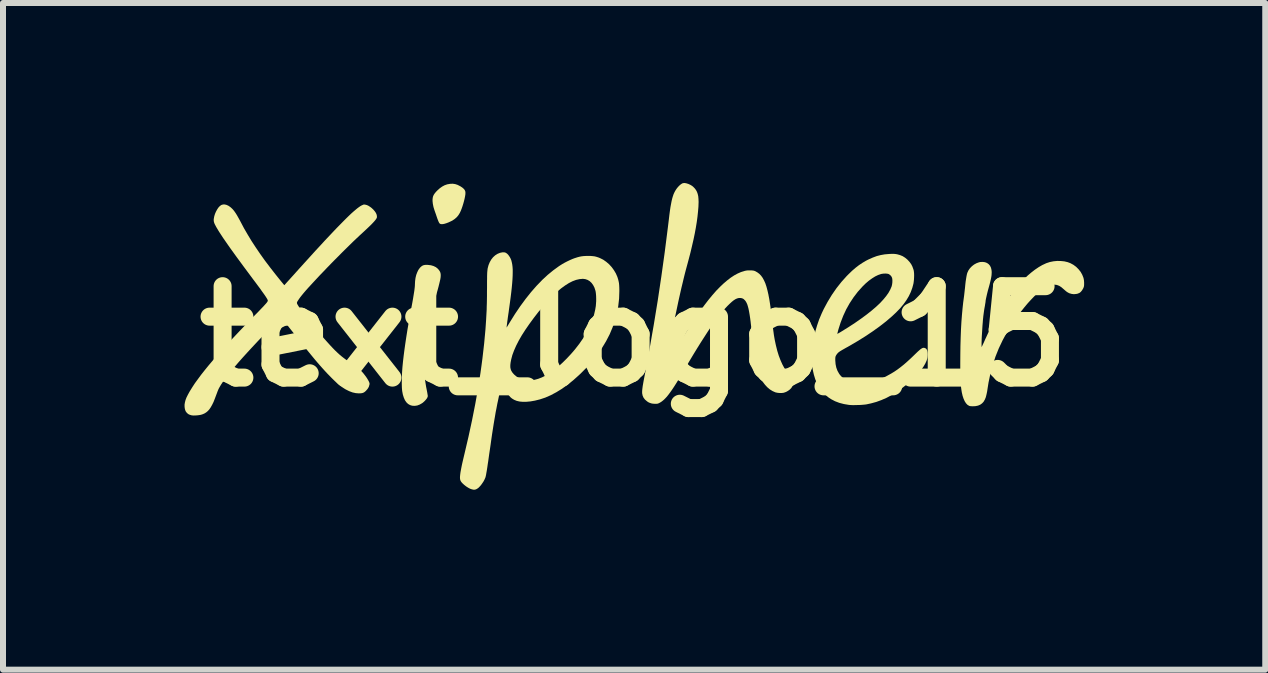
<source format=kicad_pcb>
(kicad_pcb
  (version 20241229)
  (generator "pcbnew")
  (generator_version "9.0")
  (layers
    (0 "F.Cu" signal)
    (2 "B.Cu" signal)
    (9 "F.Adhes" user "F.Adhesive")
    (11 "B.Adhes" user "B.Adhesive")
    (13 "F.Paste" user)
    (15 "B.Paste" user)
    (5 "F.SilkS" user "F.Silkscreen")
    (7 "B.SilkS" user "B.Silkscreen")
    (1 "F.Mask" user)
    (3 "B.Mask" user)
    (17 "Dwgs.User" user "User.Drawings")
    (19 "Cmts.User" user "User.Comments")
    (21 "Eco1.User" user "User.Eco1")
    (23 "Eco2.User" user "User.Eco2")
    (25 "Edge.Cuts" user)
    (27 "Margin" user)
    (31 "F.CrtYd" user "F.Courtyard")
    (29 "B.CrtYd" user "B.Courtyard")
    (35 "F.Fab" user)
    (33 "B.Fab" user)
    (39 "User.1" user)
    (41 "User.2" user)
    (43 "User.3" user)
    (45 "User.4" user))
  (footprint "text_logo_15"
    (layer "F.Cu")
    (at 7.518 2.554)
    (property "Reference" "text_logo_15" (at 0 0 0) (layer "F.SilkS") (effects (font (size 1.524 1.524) (thickness 0.3))))
    (attr board_only exclude_from_pos_files exclude_from_bom)
    (fp_poly (pts (xy -2.982 -2.536) (xy -2.942 -2.523) (xy -2.899 -2.501) (xy -2.895 -2.499) (xy -2.862 -2.477) (xy -2.838 -2.456) (xy -2.822 -2.435) (xy -2.813 -2.413) (xy -2.811 -2.393) (xy -2.812 -2.365) (xy -2.817 -2.332) (xy -2.825 -2.293) (xy -2.835 -2.252) (xy -2.847 -2.209) (xy -2.86 -2.167) (xy -2.874 -2.127) (xy -2.888 -2.091) (xy -2.902 -2.061) (xy -2.905 -2.055) (xy -2.929 -2.016) (xy -2.957 -1.983) (xy -2.989 -1.955) (xy -3.027 -1.929) (xy -3.053 -1.916) (xy -3.094 -1.897) (xy -3.131 -1.883) (xy -3.165 -1.873) (xy -3.194 -1.868) (xy -3.217 -1.868) (xy -3.234 -1.874) (xy -3.235 -1.875) (xy -3.243 -1.882) (xy -3.25 -1.892) (xy -3.258 -1.908) (xy -3.267 -1.93) (xy -3.278 -1.958) (xy -3.284 -1.976) (xy -3.294 -2.005) (xy -3.305 -2.038) (xy -3.317 -2.071) (xy -3.325 -2.094) (xy -3.343 -2.152) (xy -3.354 -2.205) (xy -3.359 -2.253) (xy -3.359 -2.28) (xy -3.356 -2.308) (xy -3.35 -2.332) (xy -3.34 -2.355) (xy -3.325 -2.378) (xy -3.304 -2.404) (xy -3.28 -2.429) (xy -3.239 -2.466) (xy -3.198 -2.495) (xy -3.157 -2.517) (xy -3.113 -2.532) (xy -3.067 -2.54) (xy -3.023 -2.542)) (stroke (width 0) (type solid)) (fill yes) (layer "F.SilkS"))
    (fp_poly (pts (xy -3.436 -1.189) (xy -3.386 -1.183) (xy -3.342 -1.17) (xy -3.303 -1.151) (xy -3.271 -1.125) (xy -3.254 -1.105) (xy -3.244 -1.091) (xy -3.235 -1.076) (xy -3.229 -1.061) (xy -3.225 -1.044) (xy -3.223 -1.026) (xy -3.223 -1.004) (xy -3.225 -0.979) (xy -3.23 -0.949) (xy -3.238 -0.914) (xy -3.248 -0.872) (xy -3.26 -0.824) (xy -3.275 -0.768) (xy -3.282 -0.744) (xy -3.311 -0.639) (xy -3.337 -0.54) (xy -3.361 -0.448) (xy -3.383 -0.362) (xy -3.402 -0.284) (xy -3.418 -0.214) (xy -3.432 -0.151) (xy -3.439 -0.112) (xy -3.458 -0.003) (xy -3.472 0.114) (xy -3.483 0.236) (xy -3.49 0.361) (xy -3.492 0.49) (xy -3.491 0.558) (xy -3.49 0.608) (xy -3.489 0.651) (xy -3.487 0.69) (xy -3.483 0.726) (xy -3.479 0.762) (xy -3.473 0.8) (xy -3.466 0.843) (xy -3.458 0.883) (xy -3.451 0.919) (xy -3.446 0.946) (xy -3.443 0.967) (xy -3.44 0.982) (xy -3.439 0.994) (xy -3.439 1.002) (xy -3.441 1.009) (xy -3.443 1.015) (xy -3.446 1.021) (xy -3.446 1.022) (xy -3.457 1.041) (xy -3.475 1.063) (xy -3.497 1.086) (xy -3.521 1.107) (xy -3.535 1.117) (xy -3.574 1.139) (xy -3.614 1.154) (xy -3.655 1.16) (xy -3.696 1.158) (xy -3.698 1.158) (xy -3.734 1.147) (xy -3.767 1.128) (xy -3.795 1.101) (xy -3.819 1.066) (xy -3.838 1.023) (xy -3.854 0.972) (xy -3.865 0.914) (xy -3.868 0.884) (xy -3.87 0.858) (xy -3.871 0.824) (xy -3.872 0.785) (xy -3.871 0.741) (xy -3.871 0.695) (xy -3.869 0.648) (xy -3.867 0.602) (xy -3.864 0.558) (xy -3.861 0.518) (xy -3.861 0.517) (xy -3.852 0.426) (xy -3.841 0.33) (xy -3.828 0.229) (xy -3.813 0.122) (xy -3.796 0.009) (xy -3.777 -0.111) (xy -3.755 -0.238) (xy -3.731 -0.373) (xy -3.72 -0.433) (xy -3.706 -0.506) (xy -3.694 -0.57) (xy -3.684 -0.627) (xy -3.676 -0.677) (xy -3.669 -0.72) (xy -3.663 -0.757) (xy -3.659 -0.788) (xy -3.656 -0.815) (xy -3.654 -0.837) (xy -3.653 -0.856) (xy -3.653 -0.865) (xy -3.65 -0.919) (xy -3.643 -0.972) (xy -3.631 -1.022) (xy -3.614 -1.067) (xy -3.595 -1.106) (xy -3.571 -1.139) (xy -3.563 -1.148) (xy -3.544 -1.165) (xy -3.526 -1.177) (xy -3.506 -1.185) (xy -3.483 -1.189) (xy -3.455 -1.19)) (stroke (width 0) (type solid)) (fill yes) (layer "F.SilkS"))
    (fp_poly (pts (xy 7.112 -1.254) (xy 7.171 -1.248) (xy 7.226 -1.235) (xy 7.271 -1.218) (xy 7.321 -1.191) (xy 7.367 -1.157) (xy 7.407 -1.117) (xy 7.442 -1.073) (xy 7.469 -1.025) (xy 7.489 -0.974) (xy 7.491 -0.966) (xy 7.497 -0.936) (xy 7.5 -0.898) (xy 7.5 -0.883) (xy 7.5 -0.86) (xy 7.499 -0.844) (xy 7.497 -0.831) (xy 7.494 -0.82) (xy 7.489 -0.807) (xy 7.484 -0.796) (xy 7.465 -0.764) (xy 7.444 -0.739) (xy 7.42 -0.721) (xy 7.39 -0.709) (xy 7.37 -0.705) (xy 7.33 -0.701) (xy 7.29 -0.706) (xy 7.25 -0.718) (xy 7.216 -0.737) (xy 7.203 -0.747) (xy 7.186 -0.761) (xy 7.168 -0.777) (xy 7.155 -0.788) (xy 7.12 -0.818) (xy 7.087 -0.839) (xy 7.083 -0.841) (xy 7.046 -0.855) (xy 7.008 -0.86) (xy 6.968 -0.858) (xy 6.926 -0.848) (xy 6.881 -0.829) (xy 6.833 -0.802) (xy 6.816 -0.791) (xy 6.771 -0.757) (xy 6.722 -0.716) (xy 6.671 -0.667) (xy 6.617 -0.611) (xy 6.561 -0.55) (xy 6.504 -0.482) (xy 6.446 -0.409) (xy 6.387 -0.331) (xy 6.385 -0.327) (xy 6.295 -0.197) (xy 6.214 -0.066) (xy 6.142 0.067) (xy 6.078 0.202) (xy 6.023 0.339) (xy 5.977 0.48) (xy 5.938 0.624) (xy 5.907 0.772) (xy 5.891 0.872) (xy 5.884 0.919) (xy 5.876 0.958) (xy 5.868 0.992) (xy 5.86 1.021) (xy 5.849 1.047) (xy 5.846 1.055) (xy 5.825 1.091) (xy 5.799 1.119) (xy 5.768 1.141) (xy 5.732 1.156) (xy 5.689 1.165) (xy 5.643 1.167) (xy 5.618 1.166) (xy 5.599 1.164) (xy 5.584 1.16) (xy 5.581 1.158) (xy 5.555 1.142) (xy 5.531 1.116) (xy 5.51 1.083) (xy 5.491 1.041) (xy 5.475 0.993) (xy 5.462 0.937) (xy 5.461 0.931) (xy 5.456 0.9) (xy 5.452 0.871) (xy 5.448 0.842) (xy 5.445 0.812) (xy 5.442 0.78) (xy 5.44 0.746) (xy 5.438 0.708) (xy 5.437 0.665) (xy 5.436 0.617) (xy 5.436 0.562) (xy 5.436 0.499) (xy 5.436 0.462) (xy 5.437 0.305) (xy 5.439 0.157) (xy 5.443 0.017) (xy 5.448 -0.114) (xy 5.455 -0.238) (xy 5.464 -0.354) (xy 5.474 -0.463) (xy 5.485 -0.565) (xy 5.493 -0.623) (xy 5.496 -0.646) (xy 5.5 -0.676) (xy 5.504 -0.711) (xy 5.508 -0.747) (xy 5.512 -0.784) (xy 5.514 -0.799) (xy 5.52 -0.861) (xy 5.526 -0.913) (xy 5.533 -0.958) (xy 5.539 -0.995) (xy 5.545 -1.025) (xy 5.551 -1.049) (xy 5.554 -1.058) (xy 5.572 -1.097) (xy 5.598 -1.134) (xy 5.63 -1.167) (xy 5.666 -1.195) (xy 5.706 -1.217) (xy 5.747 -1.232) (xy 5.768 -1.237) (xy 5.81 -1.239) (xy 5.848 -1.234) (xy 5.882 -1.221) (xy 5.91 -1.201) (xy 5.932 -1.175) (xy 5.948 -1.142) (xy 5.957 -1.103) (xy 5.96 -1.069) (xy 5.959 -1.049) (xy 5.958 -1.029) (xy 5.956 -1.007) (xy 5.952 -0.983) (xy 5.947 -0.956) (xy 5.94 -0.925) (xy 5.931 -0.888) (xy 5.92 -0.846) (xy 5.906 -0.796) (xy 5.896 -0.76) (xy 5.881 -0.699) (xy 5.869 -0.646) (xy 5.86 -0.602) (xy 5.857 -0.574) (xy 5.855 -0.558) (xy 5.851 -0.536) (xy 5.847 -0.509) (xy 5.842 -0.482) (xy 5.84 -0.472) (xy 5.835 -0.443) (xy 5.83 -0.408) (xy 5.825 -0.371) (xy 5.82 -0.334) (xy 5.818 -0.312) (xy 5.814 -0.275) (xy 5.811 -0.233) (xy 5.807 -0.187) (xy 5.804 -0.14) (xy 5.801 -0.092) (xy 5.798 -0.044) (xy 5.795 0.001) (xy 5.793 0.042) (xy 5.792 0.079) (xy 5.791 0.108) (xy 5.791 0.124) (xy 5.791 0.181) (xy 5.803 0.158) (xy 5.808 0.147) (xy 5.816 0.13) (xy 5.827 0.107) (xy 5.839 0.08) (xy 5.852 0.05) (xy 5.864 0.025) (xy 5.887 -0.025) (xy 5.912 -0.079) (xy 5.938 -0.133) (xy 5.964 -0.187) (xy 5.99 -0.238) (xy 6.015 -0.286) (xy 6.038 -0.329) (xy 6.058 -0.365) (xy 6.058 -0.367) (xy 6.094 -0.425) (xy 6.133 -0.487) (xy 6.177 -0.552) (xy 6.223 -0.617) (xy 6.272 -0.682) (xy 6.321 -0.746) (xy 6.371 -0.807) (xy 6.42 -0.865) (xy 6.467 -0.918) (xy 6.512 -0.965) (xy 6.554 -1.006) (xy 6.556 -1.008) (xy 6.618 -1.061) (xy 6.68 -1.109) (xy 6.742 -1.151) (xy 6.802 -1.186) (xy 6.86 -1.213) (xy 6.871 -1.218) (xy 6.929 -1.237) (xy 6.989 -1.249) (xy 7.05 -1.255)) (stroke (width 0) (type solid)) (fill yes) (layer "F.SilkS"))
    (fp_poly (pts (xy 4.342 -1.372) (xy 4.36 -1.37) (xy 4.377 -1.367) (xy 4.381 -1.367) (xy 4.431 -1.353) (xy 4.475 -1.335) (xy 4.515 -1.31) (xy 4.554 -1.278) (xy 4.559 -1.273) (xy 4.592 -1.237) (xy 4.618 -1.201) (xy 4.638 -1.162) (xy 4.654 -1.117) (xy 4.659 -1.103) (xy 4.663 -1.079) (xy 4.666 -1.049) (xy 4.667 -1.015) (xy 4.666 -0.978) (xy 4.664 -0.941) (xy 4.66 -0.906) (xy 4.656 -0.879) (xy 4.637 -0.807) (xy 4.611 -0.736) (xy 4.578 -0.667) (xy 4.537 -0.599) (xy 4.488 -0.531) (xy 4.431 -0.463) (xy 4.365 -0.395) (xy 4.3 -0.334) (xy 4.201 -0.249) (xy 4.093 -0.165) (xy 3.976 -0.081) (xy 3.852 0.002) (xy 3.72 0.084) (xy 3.581 0.165) (xy 3.566 0.174) (xy 3.527 0.195) (xy 3.496 0.213) (xy 3.471 0.227) (xy 3.451 0.239) (xy 3.436 0.248) (xy 3.424 0.256) (xy 3.415 0.263) (xy 3.407 0.269) (xy 3.4 0.275) (xy 3.396 0.279) (xy 3.383 0.294) (xy 3.37 0.312) (xy 3.364 0.323) (xy 3.359 0.333) (xy 3.356 0.343) (xy 3.354 0.355) (xy 3.353 0.371) (xy 3.353 0.392) (xy 3.353 0.403) (xy 3.358 0.465) (xy 3.37 0.523) (xy 3.39 0.577) (xy 3.418 0.626) (xy 3.434 0.648) (xy 3.469 0.685) (xy 3.509 0.716) (xy 3.553 0.741) (xy 3.602 0.759) (xy 3.658 0.771) (xy 3.72 0.778) (xy 3.769 0.779) (xy 3.854 0.775) (xy 3.939 0.762) (xy 4.023 0.741) (xy 4.108 0.711) (xy 4.194 0.672) (xy 4.281 0.624) (xy 4.283 0.623) (xy 4.337 0.59) (xy 4.39 0.554) (xy 4.443 0.514) (xy 4.498 0.47) (xy 4.555 0.42) (xy 4.616 0.364) (xy 4.669 0.313) (xy 4.702 0.281) (xy 4.729 0.255) (xy 4.752 0.235) (xy 4.77 0.219) (xy 4.786 0.208) (xy 4.799 0.2) (xy 4.81 0.195) (xy 4.82 0.193) (xy 4.829 0.192) (xy 4.85 0.197) (xy 4.868 0.209) (xy 4.881 0.227) (xy 4.887 0.245) (xy 4.891 0.269) (xy 4.893 0.298) (xy 4.892 0.328) (xy 4.889 0.357) (xy 4.887 0.367) (xy 4.874 0.409) (xy 4.853 0.455) (xy 4.825 0.503) (xy 4.791 0.553) (xy 4.751 0.604) (xy 4.704 0.655) (xy 4.653 0.706) (xy 4.629 0.729) (xy 4.542 0.805) (xy 4.456 0.872) (xy 4.372 0.931) (xy 4.289 0.983) (xy 4.206 1.027) (xy 4.121 1.064) (xy 4.036 1.095) (xy 3.948 1.119) (xy 3.869 1.136) (xy 3.843 1.139) (xy 3.811 1.142) (xy 3.773 1.145) (xy 3.733 1.146) (xy 3.693 1.147) (xy 3.654 1.148) (xy 3.62 1.147) (xy 3.591 1.145) (xy 3.58 1.144) (xy 3.497 1.13) (xy 3.42 1.11) (xy 3.349 1.083) (xy 3.284 1.049) (xy 3.239 1.019) (xy 3.183 0.973) (xy 3.133 0.919) (xy 3.089 0.859) (xy 3.052 0.792) (xy 3.02 0.719) (xy 2.996 0.64) (xy 2.979 0.565) (xy 2.976 0.548) (xy 2.974 0.532) (xy 2.972 0.517) (xy 2.971 0.5) (xy 2.97 0.481) (xy 2.969 0.458) (xy 2.969 0.429) (xy 2.969 0.395) (xy 2.969 0.355) (xy 2.969 0.308) (xy 2.969 0.269) (xy 2.97 0.236) (xy 2.971 0.209) (xy 2.972 0.185) (xy 2.974 0.165) (xy 2.977 0.146) (xy 2.995 0.033) (xy 3.013 -0.047) (xy 3.388 -0.047) (xy 3.388 -0.043) (xy 3.389 -0.041) (xy 3.39 -0.041) (xy 3.395 -0.043) (xy 3.406 -0.05) (xy 3.422 -0.059) (xy 3.443 -0.071) (xy 3.462 -0.083) (xy 3.578 -0.155) (xy 3.685 -0.225) (xy 3.784 -0.294) (xy 3.875 -0.361) (xy 3.957 -0.426) (xy 4.031 -0.489) (xy 4.096 -0.55) (xy 4.152 -0.61) (xy 4.2 -0.668) (xy 4.239 -0.723) (xy 4.269 -0.777) (xy 4.291 -0.828) (xy 4.294 -0.838) (xy 4.3 -0.865) (xy 4.304 -0.896) (xy 4.305 -0.928) (xy 4.303 -0.956) (xy 4.299 -0.974) (xy 4.288 -0.997) (xy 4.27 -1.018) (xy 4.248 -1.034) (xy 4.24 -1.038) (xy 4.218 -1.043) (xy 4.19 -1.045) (xy 4.159 -1.044) (xy 4.129 -1.04) (xy 4.115 -1.037) (xy 4.068 -1.021) (xy 4.018 -0.997) (xy 3.967 -0.965) (xy 3.914 -0.927) (xy 3.861 -0.882) (xy 3.809 -0.831) (xy 3.807 -0.829) (xy 3.728 -0.741) (xy 3.657 -0.648) (xy 3.593 -0.551) (xy 3.535 -0.448) (xy 3.485 -0.34) (xy 3.441 -0.226) (xy 3.405 -0.113) (xy 3.398 -0.086) (xy 3.393 -0.067) (xy 3.389 -0.054) (xy 3.388 -0.047) (xy 3.013 -0.047) (xy 3.019 -0.075) (xy 3.049 -0.178) (xy 3.084 -0.28) (xy 3.127 -0.382) (xy 3.16 -0.452) (xy 3.225 -0.573) (xy 3.296 -0.69) (xy 3.373 -0.801) (xy 3.456 -0.906) (xy 3.544 -1.004) (xy 3.575 -1.035) (xy 3.634 -1.092) (xy 3.691 -1.141) (xy 3.748 -1.185) (xy 3.805 -1.223) (xy 3.864 -1.258) (xy 3.907 -1.28) (xy 3.977 -1.311) (xy 4.044 -1.336) (xy 4.11 -1.353) (xy 4.178 -1.365) (xy 4.249 -1.371) (xy 4.264 -1.372) (xy 4.296 -1.373) (xy 4.321 -1.373)) (stroke (width 0) (type solid)) (fill yes) (layer "F.SilkS"))
    (fp_poly (pts (xy 0.874 -2.548) (xy 0.906 -2.538) (xy 0.938 -2.523) (xy 0.968 -2.505) (xy 0.987 -2.489) (xy 1.012 -2.463) (xy 1.032 -2.436) (xy 1.048 -2.406) (xy 1.06 -2.372) (xy 1.069 -2.333) (xy 1.073 -2.289) (xy 1.075 -2.239) (xy 1.073 -2.181) (xy 1.072 -2.156) (xy 1.065 -2.074) (xy 1.056 -1.989) (xy 1.044 -1.901) (xy 1.029 -1.809) (xy 1.011 -1.712) (xy 0.99 -1.611) (xy 0.965 -1.503) (xy 0.938 -1.389) (xy 0.906 -1.267) (xy 0.881 -1.174) (xy 0.863 -1.108) (xy 0.845 -1.039) (xy 0.827 -0.966) (xy 0.809 -0.89) (xy 0.79 -0.812) (xy 0.772 -0.733) (xy 0.754 -0.653) (xy 0.736 -0.572) (xy 0.719 -0.491) (xy 0.702 -0.41) (xy 0.685 -0.331) (xy 0.67 -0.252) (xy 0.655 -0.176) (xy 0.641 -0.103) (xy 0.628 -0.033) (xy 0.616 0.034) (xy 0.605 0.096) (xy 0.596 0.154) (xy 0.588 0.207) (xy 0.581 0.254) (xy 0.577 0.294) (xy 0.574 0.328) (xy 0.572 0.354) (xy 0.573 0.373) (xy 0.576 0.383) (xy 0.582 0.388) (xy 0.591 0.391) (xy 0.596 0.392) (xy 0.6 0.391) (xy 0.604 0.387) (xy 0.61 0.378) (xy 0.619 0.365) (xy 0.63 0.345) (xy 0.639 0.329) (xy 0.717 0.189) (xy 0.794 0.055) (xy 0.871 -0.073) (xy 0.947 -0.193) (xy 1.021 -0.307) (xy 1.095 -0.413) (xy 1.167 -0.512) (xy 1.237 -0.603) (xy 1.306 -0.687) (xy 1.372 -0.762) (xy 1.437 -0.828) (xy 1.484 -0.873) (xy 1.548 -0.928) (xy 1.609 -0.975) (xy 1.668 -1.014) (xy 1.725 -1.045) (xy 1.782 -1.07) (xy 1.838 -1.087) (xy 1.839 -1.088) (xy 1.861 -1.093) (xy 1.88 -1.096) (xy 1.898 -1.098) (xy 1.921 -1.098) (xy 1.939 -1.098) (xy 1.963 -1.097) (xy 1.981 -1.095) (xy 1.995 -1.093) (xy 2.007 -1.089) (xy 2.02 -1.084) (xy 2.02 -1.084) (xy 2.055 -1.064) (xy 2.087 -1.04) (xy 2.116 -1.01) (xy 2.142 -0.974) (xy 2.165 -0.932) (xy 2.187 -0.883) (xy 2.206 -0.826) (xy 2.223 -0.762) (xy 2.24 -0.688) (xy 2.24 -0.685) (xy 2.252 -0.624) (xy 2.263 -0.555) (xy 2.274 -0.481) (xy 2.284 -0.402) (xy 2.294 -0.321) (xy 2.296 -0.304) (xy 2.303 -0.234) (xy 2.31 -0.172) (xy 2.317 -0.116) (xy 2.324 -0.066) (xy 2.33 -0.021) (xy 2.337 0.021) (xy 2.344 0.06) (xy 2.352 0.098) (xy 2.36 0.136) (xy 2.364 0.154) (xy 2.386 0.242) (xy 2.411 0.323) (xy 2.439 0.397) (xy 2.47 0.467) (xy 2.505 0.532) (xy 2.545 0.596) (xy 2.554 0.609) (xy 2.585 0.654) (xy 2.608 0.693) (xy 2.626 0.727) (xy 2.638 0.756) (xy 2.644 0.781) (xy 2.644 0.786) (xy 2.645 0.804) (xy 2.643 0.818) (xy 2.638 0.833) (xy 2.635 0.84) (xy 2.618 0.865) (xy 2.594 0.889) (xy 2.565 0.91) (xy 2.533 0.928) (xy 2.499 0.94) (xy 2.487 0.943) (xy 2.459 0.946) (xy 2.427 0.946) (xy 2.394 0.943) (xy 2.363 0.937) (xy 2.353 0.934) (xy 2.308 0.914) (xy 2.264 0.887) (xy 2.221 0.851) (xy 2.182 0.809) (xy 2.145 0.761) (xy 2.113 0.708) (xy 2.098 0.679) (xy 2.074 0.622) (xy 2.053 0.557) (xy 2.033 0.484) (xy 2.015 0.403) (xy 2 0.315) (xy 1.988 0.222) (xy 1.98 0.142) (xy 1.974 0.08) (xy 1.969 0.027) (xy 1.965 -0.019) (xy 1.961 -0.059) (xy 1.958 -0.094) (xy 1.955 -0.125) (xy 1.952 -0.153) (xy 1.949 -0.179) (xy 1.946 -0.204) (xy 1.943 -0.229) (xy 1.943 -0.233) (xy 1.934 -0.302) (xy 1.925 -0.361) (xy 1.916 -0.413) (xy 1.907 -0.458) (xy 1.897 -0.496) (xy 1.887 -0.529) (xy 1.875 -0.556) (xy 1.863 -0.578) (xy 1.849 -0.597) (xy 1.846 -0.6) (xy 1.824 -0.621) (xy 1.8 -0.633) (xy 1.772 -0.638) (xy 1.762 -0.638) (xy 1.738 -0.636) (xy 1.714 -0.629) (xy 1.688 -0.617) (xy 1.66 -0.599) (xy 1.63 -0.575) (xy 1.596 -0.544) (xy 1.557 -0.506) (xy 1.556 -0.505) (xy 1.516 -0.462) (xy 1.474 -0.414) (xy 1.431 -0.36) (xy 1.385 -0.3) (xy 1.336 -0.234) (xy 1.285 -0.161) (xy 1.231 -0.082) (xy 1.175 0.005) (xy 1.115 0.098) (xy 1.052 0.199) (xy 0.986 0.307) (xy 0.916 0.424) (xy 0.843 0.548) (xy 0.833 0.565) (xy 0.787 0.645) (xy 0.744 0.716) (xy 0.704 0.781) (xy 0.668 0.838) (xy 0.634 0.889) (xy 0.603 0.933) (xy 0.574 0.972) (xy 0.547 1.006) (xy 0.521 1.034) (xy 0.497 1.058) (xy 0.473 1.078) (xy 0.45 1.095) (xy 0.428 1.108) (xy 0.424 1.11) (xy 0.408 1.118) (xy 0.395 1.123) (xy 0.382 1.125) (xy 0.366 1.126) (xy 0.351 1.126) (xy 0.329 1.125) (xy 0.308 1.123) (xy 0.292 1.12) (xy 0.288 1.119) (xy 0.266 1.112) (xy 0.248 1.105) (xy 0.23 1.095) (xy 0.215 1.084) (xy 0.183 1.057) (xy 0.158 1.025) (xy 0.142 0.989) (xy 0.134 0.949) (xy 0.134 0.946) (xy 0.134 0.933) (xy 0.134 0.918) (xy 0.135 0.901) (xy 0.137 0.881) (xy 0.14 0.857) (xy 0.144 0.828) (xy 0.15 0.793) (xy 0.157 0.753) (xy 0.166 0.705) (xy 0.177 0.649) (xy 0.181 0.627) (xy 0.257 0.215) (xy 0.328 -0.192) (xy 0.394 -0.595) (xy 0.454 -0.996) (xy 0.51 -1.397) (xy 0.561 -1.799) (xy 0.579 -1.945) (xy 0.588 -2.022) (xy 0.597 -2.091) (xy 0.606 -2.152) (xy 0.616 -2.206) (xy 0.625 -2.253) (xy 0.635 -2.295) (xy 0.646 -2.332) (xy 0.657 -2.365) (xy 0.67 -2.394) (xy 0.684 -2.421) (xy 0.699 -2.445) (xy 0.716 -2.469) (xy 0.72 -2.474) (xy 0.743 -2.5) (xy 0.766 -2.522) (xy 0.789 -2.539) (xy 0.809 -2.55) (xy 0.819 -2.552) (xy 0.844 -2.554)) (stroke (width 0) (type solid)) (fill yes) (layer "F.SilkS"))
    (fp_poly (pts (xy -2.142 -1.393) (xy -2.12 -1.379) (xy -2.101 -1.361) (xy -2.085 -1.34) (xy -2.07 -1.317) (xy -2.057 -1.292) (xy -2.046 -1.264) (xy -2.038 -1.232) (xy -2.031 -1.197) (xy -2.026 -1.157) (xy -2.023 -1.113) (xy -2.023 -1.064) (xy -2.024 -1.009) (xy -2.027 -0.949) (xy -2.032 -0.882) (xy -2.039 -0.808) (xy -2.048 -0.727) (xy -2.059 -0.638) (xy -2.072 -0.541) (xy -2.085 -0.447) (xy -2.091 -0.401) (xy -2.098 -0.355) (xy -2.104 -0.313) (xy -2.109 -0.275) (xy -2.114 -0.241) (xy -2.117 -0.213) (xy -2.12 -0.192) (xy -2.122 -0.179) (xy -2.122 -0.176) (xy -2.125 -0.144) (xy -2.071 -0.233) (xy -1.985 -0.371) (xy -1.897 -0.501) (xy -1.808 -0.622) (xy -1.718 -0.735) (xy -1.627 -0.839) (xy -1.534 -0.935) (xy -1.441 -1.022) (xy -1.347 -1.099) (xy -1.252 -1.168) (xy -1.232 -1.181) (xy -1.197 -1.203) (xy -1.157 -1.226) (xy -1.114 -1.248) (xy -1.07 -1.269) (xy -1.029 -1.287) (xy -0.992 -1.301) (xy -0.982 -1.304) (xy -0.942 -1.317) (xy -0.907 -1.326) (xy -0.875 -1.332) (xy -0.842 -1.336) (xy -0.806 -1.338) (xy -0.764 -1.339) (xy -0.722 -1.338) (xy -0.687 -1.335) (xy -0.655 -1.331) (xy -0.625 -1.323) (xy -0.594 -1.313) (xy -0.567 -1.302) (xy -0.515 -1.276) (xy -0.465 -1.241) (xy -0.417 -1.2) (xy -0.374 -1.153) (xy -0.336 -1.101) (xy -0.304 -1.047) (xy -0.279 -0.99) (xy -0.275 -0.977) (xy -0.265 -0.945) (xy -0.258 -0.915) (xy -0.252 -0.885) (xy -0.249 -0.853) (xy -0.247 -0.816) (xy -0.246 -0.774) (xy -0.246 -0.751) (xy -0.25 -0.627) (xy -0.264 -0.504) (xy -0.287 -0.383) (xy -0.318 -0.264) (xy -0.359 -0.147) (xy -0.408 -0.031) (xy -0.467 0.083) (xy -0.534 0.194) (xy -0.61 0.304) (xy -0.694 0.412) (xy -0.787 0.517) (xy -0.889 0.62) (xy -0.92 0.649) (xy -1.015 0.734) (xy -1.11 0.809) (xy -1.203 0.876) (xy -1.296 0.933) (xy -1.388 0.982) (xy -1.479 1.022) (xy -1.569 1.052) (xy -1.653 1.073) (xy -1.727 1.086) (xy -1.793 1.092) (xy -1.853 1.093) (xy -1.908 1.088) (xy -1.956 1.077) (xy -1.998 1.06) (xy -2.036 1.037) (xy -2.062 1.015) (xy -2.086 0.987) (xy -2.113 0.951) (xy -2.14 0.909) (xy -2.168 0.862) (xy -2.175 0.849) (xy -2.185 0.829) (xy -2.194 0.813) (xy -2.201 0.802) (xy -2.204 0.797) (xy -2.204 0.796) (xy -2.206 0.801) (xy -2.209 0.813) (xy -2.214 0.832) (xy -2.22 0.857) (xy -2.228 0.887) (xy -2.235 0.92) (xy -2.243 0.957) (xy -2.252 0.995) (xy -2.26 1.033) (xy -2.268 1.072) (xy -2.276 1.108) (xy -2.282 1.137) (xy -2.294 1.202) (xy -2.307 1.266) (xy -2.318 1.332) (xy -2.33 1.401) (xy -2.342 1.473) (xy -2.354 1.55) (xy -2.367 1.633) (xy -2.38 1.723) (xy -2.391 1.803) (xy -2.403 1.885) (xy -2.414 1.958) (xy -2.423 2.023) (xy -2.431 2.081) (xy -2.439 2.131) (xy -2.445 2.175) (xy -2.451 2.213) (xy -2.456 2.245) (xy -2.461 2.272) (xy -2.465 2.295) (xy -2.468 2.314) (xy -2.472 2.329) (xy -2.474 2.34) (xy -2.477 2.35) (xy -2.478 2.354) (xy -2.491 2.384) (xy -2.508 2.417) (xy -2.529 2.449) (xy -2.551 2.48) (xy -2.574 2.506) (xy -2.595 2.527) (xy -2.603 2.533) (xy -2.627 2.548) (xy -2.649 2.556) (xy -2.671 2.558) (xy -2.697 2.553) (xy -2.705 2.551) (xy -2.734 2.541) (xy -2.766 2.524) (xy -2.8 2.502) (xy -2.833 2.476) (xy -2.859 2.452) (xy -2.878 2.431) (xy -2.891 2.411) (xy -2.898 2.392) (xy -2.901 2.375) (xy -2.902 2.355) (xy -2.901 2.331) (xy -2.898 2.303) (xy -2.894 2.271) (xy -2.887 2.233) (xy -2.879 2.19) (xy -2.869 2.14) (xy -2.856 2.083) (xy -2.841 2.019) (xy -2.825 1.952) (xy -2.76 1.674) (xy -2.701 1.401) (xy -2.648 1.133) (xy -2.601 0.871) (xy -2.561 0.615) (xy -2.542 0.479) (xy -2.063 0.479) (xy -2.063 0.516) (xy -2.057 0.548) (xy -2.046 0.577) (xy -2.029 0.604) (xy -2.005 0.632) (xy -1.995 0.642) (xy -1.955 0.675) (xy -1.909 0.701) (xy -1.858 0.721) (xy -1.801 0.733) (xy -1.79 0.734) (xy -1.772 0.735) (xy -1.748 0.735) (xy -1.721 0.733) (xy -1.694 0.731) (xy -1.669 0.727) (xy -1.659 0.726) (xy -1.599 0.71) (xy -1.537 0.686) (xy -1.472 0.654) (xy -1.406 0.613) (xy -1.337 0.565) (xy -1.267 0.508) (xy -1.196 0.444) (xy -1.124 0.373) (xy -1.051 0.295) (xy -0.988 0.222) (xy -0.914 0.127) (xy -0.848 0.032) (xy -0.79 -0.063) (xy -0.742 -0.159) (xy -0.702 -0.254) (xy -0.67 -0.349) (xy -0.648 -0.443) (xy -0.638 -0.504) (xy -0.635 -0.543) (xy -0.632 -0.584) (xy -0.632 -0.627) (xy -0.633 -0.669) (xy -0.636 -0.707) (xy -0.64 -0.74) (xy -0.645 -0.762) (xy -0.661 -0.811) (xy -0.683 -0.853) (xy -0.709 -0.889) (xy -0.74 -0.918) (xy -0.775 -0.939) (xy -0.813 -0.952) (xy -0.853 -0.957) (xy -0.855 -0.957) (xy -0.91 -0.952) (xy -0.967 -0.939) (xy -1.026 -0.917) (xy -1.087 -0.886) (xy -1.15 -0.846) (xy -1.216 -0.798) (xy -1.285 -0.74) (xy -1.355 -0.674) (xy -1.428 -0.599) (xy -1.503 -0.515) (xy -1.58 -0.422) (xy -1.591 -0.41) (xy -1.672 -0.305) (xy -1.746 -0.204) (xy -1.813 -0.107) (xy -1.872 -0.015) (xy -1.923 0.074) (xy -1.966 0.158) (xy -2.001 0.238) (xy -2.029 0.313) (xy -2.048 0.385) (xy -2.058 0.436) (xy -2.063 0.479) (xy -2.542 0.479) (xy -2.527 0.365) (xy -2.499 0.121) (xy -2.477 -0.117) (xy -2.47 -0.22) (xy -2.466 -0.28) (xy -2.463 -0.336) (xy -2.46 -0.39) (xy -2.457 -0.443) (xy -2.456 -0.497) (xy -2.454 -0.553) (xy -2.453 -0.612) (xy -2.452 -0.677) (xy -2.452 -0.748) (xy -2.451 -0.806) (xy -2.451 -0.866) (xy -2.451 -0.918) (xy -2.45 -0.963) (xy -2.45 -1.001) (xy -2.449 -1.034) (xy -2.448 -1.061) (xy -2.446 -1.084) (xy -2.444 -1.104) (xy -2.442 -1.121) (xy -2.439 -1.137) (xy -2.435 -1.152) (xy -2.431 -1.167) (xy -2.427 -1.182) (xy -2.426 -1.186) (xy -2.406 -1.234) (xy -2.381 -1.278) (xy -2.351 -1.316) (xy -2.316 -1.348) (xy -2.277 -1.373) (xy -2.236 -1.39) (xy -2.193 -1.399) (xy -2.165 -1.399)) (stroke (width 0) (type solid)) (fill yes) (layer "F.SilkS"))
    (fp_poly (pts (xy -6.789 -2.188) (xy -6.756 -2.172) (xy -6.723 -2.148) (xy -6.696 -2.123) (xy -6.677 -2.102) (xy -6.658 -2.077) (xy -6.638 -2.048) (xy -6.617 -2.014) (xy -6.594 -1.973) (xy -6.568 -1.926) (xy -6.557 -1.905) (xy -6.501 -1.799) (xy -6.44 -1.694) (xy -6.376 -1.588) (xy -6.306 -1.481) (xy -6.232 -1.372) (xy -6.152 -1.26) (xy -6.065 -1.145) (xy -5.972 -1.026) (xy -5.899 -0.935) (xy -5.83 -0.851) (xy -5.82 -0.861) (xy -5.815 -0.867) (xy -5.804 -0.879) (xy -5.789 -0.896) (xy -5.77 -0.917) (xy -5.747 -0.942) (xy -5.722 -0.97) (xy -5.695 -1) (xy -5.682 -1.014) (xy -5.58 -1.128) (xy -5.483 -1.235) (xy -5.392 -1.335) (xy -5.307 -1.429) (xy -5.226 -1.516) (xy -5.151 -1.598) (xy -5.08 -1.673) (xy -5.015 -1.742) (xy -4.954 -1.806) (xy -4.897 -1.864) (xy -4.845 -1.917) (xy -4.797 -1.965) (xy -4.753 -2.008) (xy -4.713 -2.046) (xy -4.676 -2.079) (xy -4.643 -2.107) (xy -4.613 -2.132) (xy -4.586 -2.152) (xy -4.563 -2.168) (xy -4.542 -2.18) (xy -4.533 -2.184) (xy -4.517 -2.191) (xy -4.506 -2.195) (xy -4.495 -2.195) (xy -4.481 -2.193) (xy -4.48 -2.193) (xy -4.452 -2.186) (xy -4.425 -2.173) (xy -4.396 -2.154) (xy -4.375 -2.138) (xy -4.346 -2.111) (xy -4.322 -2.083) (xy -4.303 -2.055) (xy -4.291 -2.027) (xy -4.286 -2.002) (xy -4.287 -1.978) (xy -4.291 -1.968) (xy -4.301 -1.952) (xy -4.314 -1.934) (xy -4.332 -1.913) (xy -4.355 -1.888) (xy -4.383 -1.859) (xy -4.417 -1.826) (xy -4.457 -1.788) (xy -4.503 -1.745) (xy -4.529 -1.721) (xy -4.577 -1.677) (xy -4.629 -1.628) (xy -4.685 -1.575) (xy -4.743 -1.518) (xy -4.803 -1.459) (xy -4.865 -1.398) (xy -4.927 -1.335) (xy -4.99 -1.272) (xy -5.053 -1.208) (xy -5.115 -1.144) (xy -5.175 -1.081) (xy -5.234 -1.02) (xy -5.289 -0.961) (xy -5.342 -0.904) (xy -5.391 -0.851) (xy -5.436 -0.802) (xy -5.476 -0.757) (xy -5.51 -0.717) (xy -5.537 -0.684) (xy -5.561 -0.654) (xy -5.581 -0.626) (xy -5.598 -0.601) (xy -5.611 -0.581) (xy -5.618 -0.566) (xy -5.619 -0.562) (xy -5.619 -0.554) (xy -5.617 -0.543) (xy -5.61 -0.529) (xy -5.602 -0.516) (xy -5.582 -0.483) (xy -5.559 -0.447) (xy -5.531 -0.408) (xy -5.5 -0.366) (xy -5.464 -0.319) (xy -5.423 -0.267) (xy -5.377 -0.211) (xy -5.326 -0.149) (xy -5.269 -0.082) (xy -5.221 -0.025) (xy -5.165 0.04) (xy -5.113 0.098) (xy -5.066 0.15) (xy -5.022 0.197) (xy -4.982 0.238) (xy -4.943 0.275) (xy -4.907 0.308) (xy -4.871 0.338) (xy -4.836 0.365) (xy -4.801 0.391) (xy -4.766 0.414) (xy -4.755 0.421) (xy -4.715 0.446) (xy -4.683 0.466) (xy -4.657 0.484) (xy -4.634 0.5) (xy -4.616 0.514) (xy -4.599 0.527) (xy -4.584 0.541) (xy -4.579 0.546) (xy -4.545 0.581) (xy -4.511 0.619) (xy -4.48 0.659) (xy -4.453 0.697) (xy -4.431 0.734) (xy -4.421 0.753) (xy -4.414 0.769) (xy -4.41 0.781) (xy -4.409 0.791) (xy -4.41 0.804) (xy -4.412 0.811) (xy -4.422 0.845) (xy -4.442 0.878) (xy -4.469 0.909) (xy -4.473 0.913) (xy -4.493 0.93) (xy -4.512 0.941) (xy -4.534 0.948) (xy -4.56 0.951) (xy -4.587 0.952) (xy -4.639 0.948) (xy -4.693 0.936) (xy -4.749 0.915) (xy -4.807 0.886) (xy -4.822 0.877) (xy -4.85 0.859) (xy -4.877 0.841) (xy -4.903 0.822) (xy -4.929 0.8) (xy -4.958 0.775) (xy -4.989 0.746) (xy -5.025 0.711) (xy -5.049 0.687) (xy -5.084 0.651) (xy -5.12 0.614) (xy -5.157 0.574) (xy -5.195 0.532) (xy -5.234 0.488) (xy -5.276 0.44) (xy -5.32 0.388) (xy -5.367 0.331) (xy -5.417 0.27) (xy -5.471 0.204) (xy -5.529 0.132) (xy -5.591 0.054) (xy -5.658 -0.031) (xy -5.686 -0.067) (xy -5.725 -0.116) (xy -5.758 -0.158) (xy -5.786 -0.194) (xy -5.81 -0.224) (xy -5.83 -0.249) (xy -5.846 -0.269) (xy -5.859 -0.284) (xy -5.868 -0.296) (xy -5.876 -0.304) (xy -5.881 -0.31) (xy -5.884 -0.313) (xy -5.886 -0.314) (xy -5.886 -0.314) (xy -5.89 -0.31) (xy -5.9 -0.301) (xy -5.914 -0.287) (xy -5.933 -0.267) (xy -5.957 -0.244) (xy -5.983 -0.217) (xy -6.012 -0.187) (xy -6.044 -0.155) (xy -6.076 -0.121) (xy -6.11 -0.086) (xy -6.144 -0.051) (xy -6.178 -0.015) (xy -6.211 0.019) (xy -6.242 0.052) (xy -6.272 0.083) (xy -6.28 0.092) (xy -6.368 0.186) (xy -6.45 0.275) (xy -6.527 0.36) (xy -6.597 0.439) (xy -6.661 0.514) (xy -6.719 0.584) (xy -6.771 0.649) (xy -6.816 0.709) (xy -6.855 0.763) (xy -6.887 0.811) (xy -6.912 0.854) (xy -6.926 0.88) (xy -6.932 0.895) (xy -6.941 0.916) (xy -6.95 0.941) (xy -6.96 0.967) (xy -6.963 0.975) (xy -6.987 1.039) (xy -7.009 1.095) (xy -7.032 1.142) (xy -7.055 1.183) (xy -7.078 1.217) (xy -7.103 1.245) (xy -7.129 1.267) (xy -7.157 1.285) (xy -7.188 1.299) (xy -7.219 1.309) (xy -7.247 1.314) (xy -7.278 1.318) (xy -7.31 1.32) (xy -7.34 1.321) (xy -7.366 1.319) (xy -7.379 1.317) (xy -7.408 1.308) (xy -7.432 1.296) (xy -7.451 1.279) (xy -7.456 1.274) (xy -7.472 1.253) (xy -7.482 1.229) (xy -7.489 1.2) (xy -7.492 1.172) (xy -7.492 1.138) (xy -7.486 1.102) (xy -7.476 1.063) (xy -7.46 1.021) (xy -7.437 0.975) (xy -7.409 0.924) (xy -7.398 0.906) (xy -7.361 0.846) (xy -7.319 0.782) (xy -7.27 0.715) (xy -7.217 0.643) (xy -7.157 0.567) (xy -7.092 0.487) (xy -7.02 0.402) (xy -6.942 0.313) (xy -6.858 0.219) (xy -6.768 0.119) (xy -6.671 0.015) (xy -6.567 -0.095) (xy -6.457 -0.21) (xy -6.34 -0.331) (xy -6.296 -0.375) (xy -6.254 -0.418) (xy -6.219 -0.455) (xy -6.189 -0.486) (xy -6.164 -0.513) (xy -6.145 -0.534) (xy -6.129 -0.552) (xy -6.118 -0.566) (xy -6.111 -0.577) (xy -6.109 -0.58) (xy -6.105 -0.589) (xy -6.105 -0.598) (xy -6.109 -0.609) (xy -6.111 -0.613) (xy -6.116 -0.623) (xy -6.124 -0.636) (xy -6.134 -0.652) (xy -6.147 -0.672) (xy -6.163 -0.695) (xy -6.183 -0.723) (xy -6.207 -0.756) (xy -6.234 -0.795) (xy -6.267 -0.839) (xy -6.304 -0.889) (xy -6.347 -0.946) (xy -6.353 -0.954) (xy -6.428 -1.055) (xy -6.498 -1.149) (xy -6.562 -1.236) (xy -6.621 -1.316) (xy -6.675 -1.391) (xy -6.725 -1.46) (xy -6.77 -1.524) (xy -6.81 -1.582) (xy -6.847 -1.635) (xy -6.879 -1.684) (xy -6.908 -1.728) (xy -6.933 -1.768) (xy -6.954 -1.804) (xy -6.961 -1.815) (xy -6.978 -1.847) (xy -6.991 -1.872) (xy -6.999 -1.893) (xy -7.004 -1.912) (xy -7.006 -1.93) (xy -7.006 -1.949) (xy -7.004 -1.962) (xy -6.997 -2) (xy -6.985 -2.039) (xy -6.969 -2.076) (xy -6.95 -2.111) (xy -6.93 -2.142) (xy -6.908 -2.166) (xy -6.885 -2.184) (xy -6.878 -2.188) (xy -6.851 -2.196) (xy -6.821 -2.196)) (stroke (width 0) (type solid)) (fill yes) (layer "F.SilkS")))
  (gr_rect
    (start -3 -3)
    (end 18.037 8.111)
    (stroke (width 0.1) (type default))
    (fill no)
    (layer "Edge.Cuts")))
</source>
